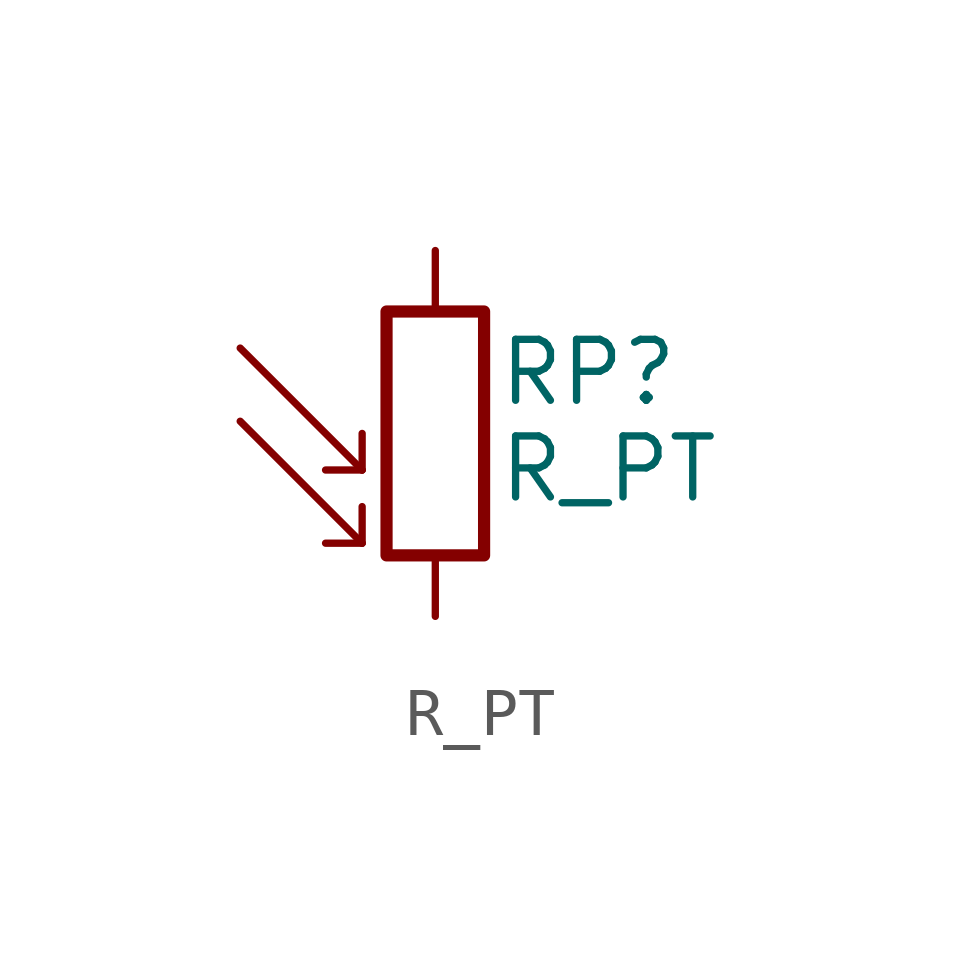
<source format=kicad_sym>
(kicad_symbol_lib
  (version 20211014)
  (generator kicad_symbol_editor)
  (symbol "R_PT"
    (pin_numbers hide)
    (pin_names
      (offset 0))
    (property "Reference" "RP"
      (at 1.27 1.27 0)
      (effects (font (size 1.27 1.27)) (justify left)))
    (property "Value" "R_PT"
      (at 1.27 0 0)
      (effects (font (size 1.27 1.27)) (justify left top)))
    (symbol "R_PT_0_1"
      (rectangle (start -1.016 2.54) (end 1.016 -2.54) (stroke (width 0.254) (type default) (color 0 0 0 0)) (fill (type none)))
      (polyline (pts (xy -1.524 -2.286) (xy -4.064 0.254)) (stroke (width 0) (type default) (color 0 0 0 0)) (fill (type none)))
      (polyline (pts (xy -1.524 -2.286) (xy -2.286 -2.286)) (stroke (width 0) (type default) (color 0 0 0 0)) (fill (type none)))
      (polyline (pts (xy -1.524 -2.286) (xy -1.524 -1.524)) (stroke (width 0) (type default) (color 0 0 0 0)) (fill (type none)))
      (polyline (pts (xy -1.524 -0.762) (xy -4.064 1.778)) (stroke (width 0) (type default) (color 0 0 0 0)) (fill (type none)))
      (polyline (pts (xy -1.524 -0.762) (xy -2.286 -0.762)) (stroke (width 0) (type default) (color 0 0 0 0)) (fill (type none)))
      (polyline (pts (xy -1.524 -0.762) (xy -1.524 0)) (stroke (width 0) (type default) (color 0 0 0 0)) (fill (type none))))
    (symbol "R_PT_1_1"
      (pin passive line (at 0 3.81 270) (length 1.27) (name "~" (effects (font (size 1.27 1.27)))) (number "1" (effects (font (size 1.27 1.27)))))
      (pin passive line (at 0 -3.81 90) (length 1.27) (name "~" (effects (font (size 1.27 1.27)))) (number "2" (effects (font (size 1.27 1.27))))))))
</source>
